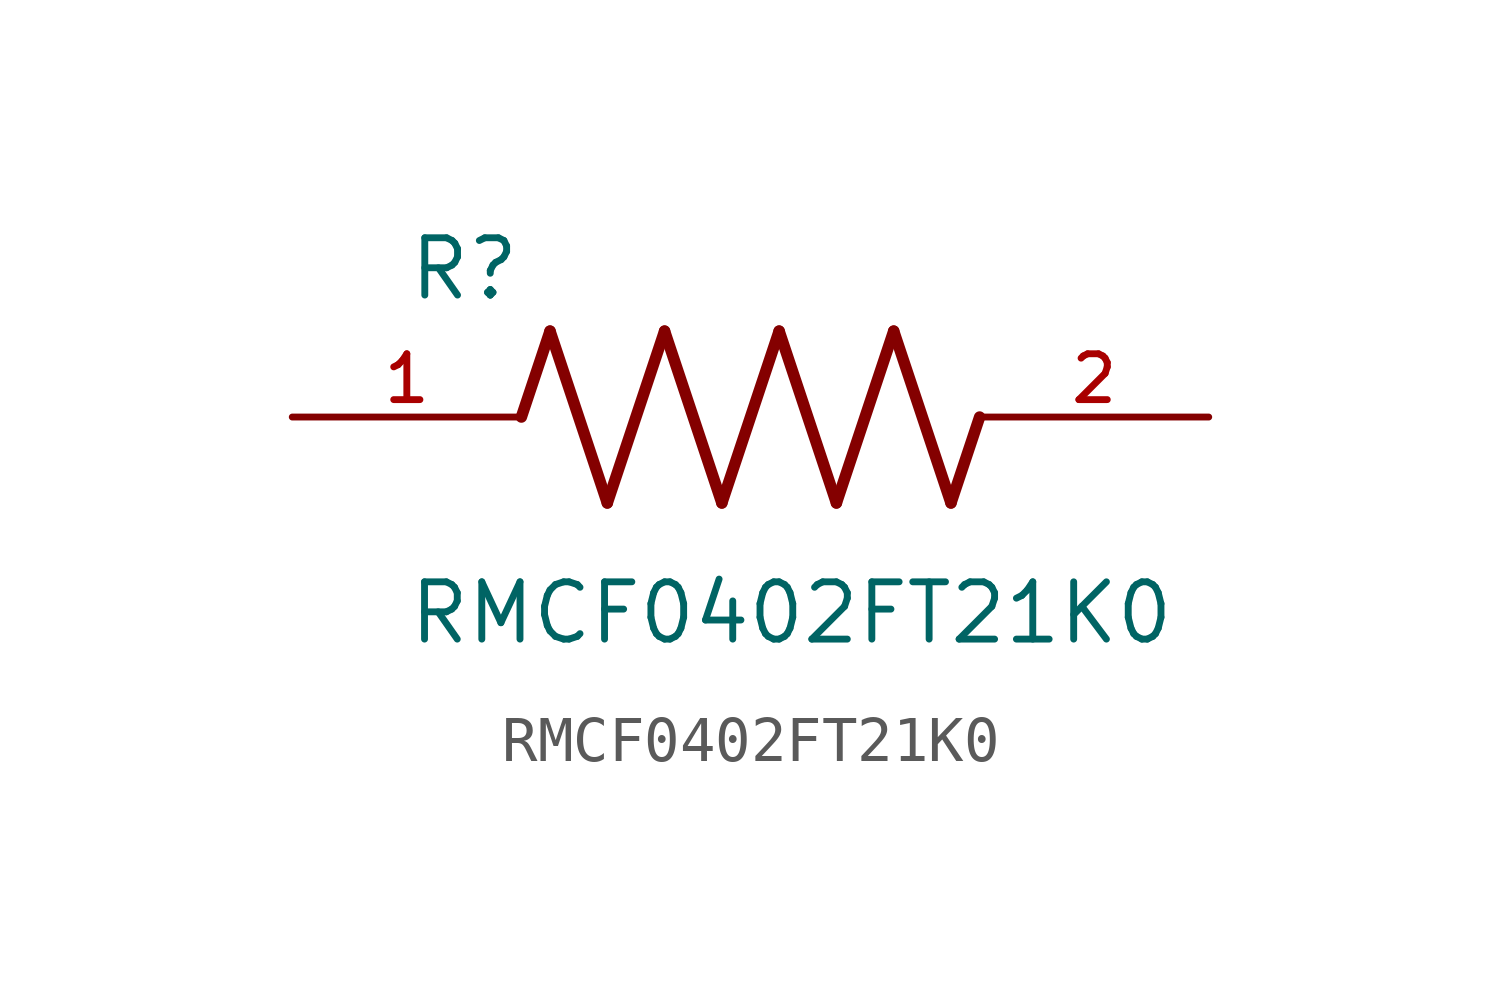
<source format=kicad_sym>
(kicad_symbol_lib
  (version 20211014)
  (generator kicad_symbol_editor)
  (symbol "RMCF0402FT21K0"
    (pin_names
      (offset 1.016))
    (property "Reference" "R"
      (at -7.624 2.541 0)
      (effects (font (size 1.27 1.27)) (justify bottom left)))
    (property "Value" "RMCF0402FT21K0"
      (at -7.63 -5.087 0)
      (effects (font (size 1.27 1.27)) (justify bottom left)))
    (symbol "RMCF0402FT21K0_0_0"
      (polyline (pts (xy -5.08 0.0) (xy -4.445 1.905)) (stroke (width 0.254)))
      (polyline (pts (xy -4.445 1.905) (xy -3.175 -1.905)) (stroke (width 0.254)))
      (polyline (pts (xy -3.175 -1.905) (xy -1.905 1.905)) (stroke (width 0.254)))
      (polyline (pts (xy -1.905 1.905) (xy -0.635 -1.905)) (stroke (width 0.254)))
      (polyline (pts (xy -0.635 -1.905) (xy 0.635 1.905)) (stroke (width 0.254)))
      (polyline (pts (xy 0.635 1.905) (xy 1.905 -1.905)) (stroke (width 0.254)))
      (polyline (pts (xy 1.905 -1.905) (xy 3.175 1.905)) (stroke (width 0.254)))
      (polyline (pts (xy 3.175 1.905) (xy 4.445 -1.905)) (stroke (width 0.254)))
      (polyline (pts (xy 4.445 -1.905) (xy 5.08 0.0)) (stroke (width 0.254)))
      (pin passive line (at -10.16 0.0 0) (length 5.08) (name "~" (effects (font (size 1.016 1.016)))) (number "1" (effects (font (size 1.016 1.016)))))
      (pin passive line (at 10.16 0.0 180.0) (length 5.08) (name "~" (effects (font (size 1.016 1.016)))) (number "2" (effects (font (size 1.016 1.016))))))))
</source>
